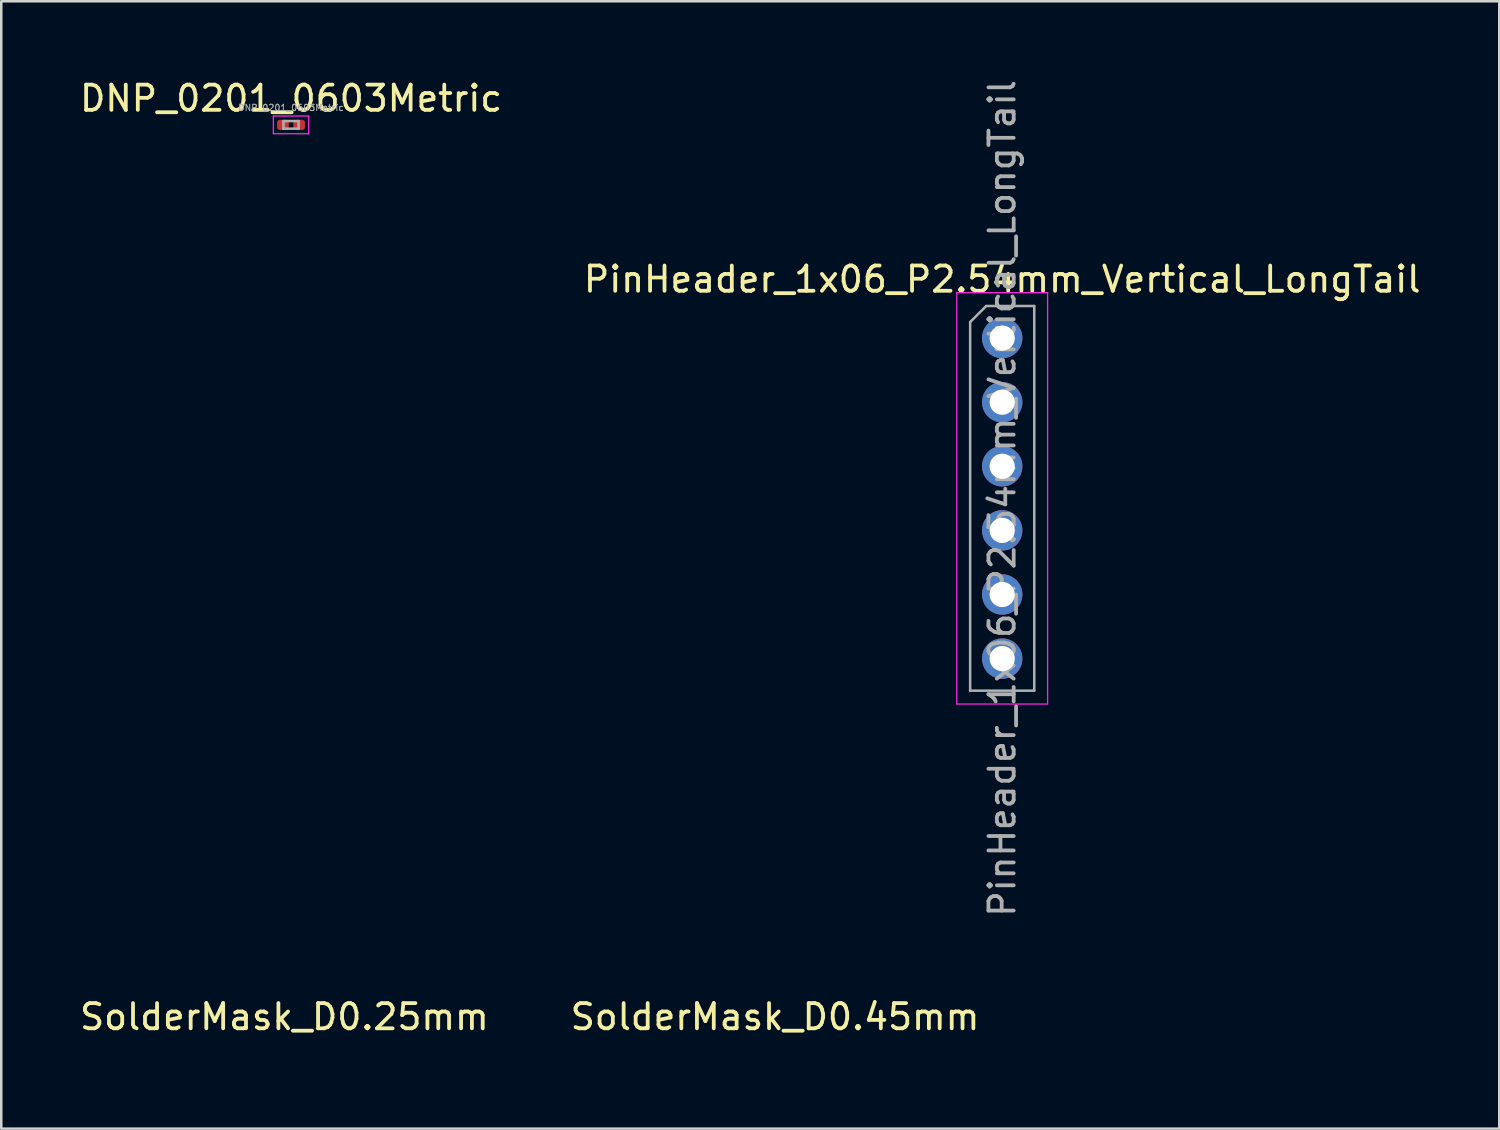
<source format=kicad_pcb>
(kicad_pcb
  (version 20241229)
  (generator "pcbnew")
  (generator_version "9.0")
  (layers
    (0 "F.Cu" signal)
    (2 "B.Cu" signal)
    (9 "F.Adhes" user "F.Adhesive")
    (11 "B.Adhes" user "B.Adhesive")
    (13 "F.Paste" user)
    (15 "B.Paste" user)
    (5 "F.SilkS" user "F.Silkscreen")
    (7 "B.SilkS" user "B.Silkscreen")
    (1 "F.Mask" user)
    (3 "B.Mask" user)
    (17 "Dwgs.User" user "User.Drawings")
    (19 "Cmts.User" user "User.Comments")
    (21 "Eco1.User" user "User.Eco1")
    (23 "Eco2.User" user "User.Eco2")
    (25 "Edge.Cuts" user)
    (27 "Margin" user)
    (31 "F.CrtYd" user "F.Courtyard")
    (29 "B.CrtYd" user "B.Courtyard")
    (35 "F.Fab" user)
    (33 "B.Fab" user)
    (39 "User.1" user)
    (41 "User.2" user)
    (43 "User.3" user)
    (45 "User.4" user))
  (footprint "SolderMask_D0.45mm"
    (layer "F.Cu")
    (at 27.671 38.421)
    (property "Reference" "SolderMask_D0.45mm" (at -0.01 -1.18 0) (layer "F.SilkS") (effects (font (size 1 1) (thickness 0.15))))
    (attr exclude_from_pos_files exclude_from_bom)
    (pad "" smd circle (at 0 0) (size 0.45 0.45) (layers "F.Mask")))
  (footprint "PinHeader_1x06_P2.54mm_Vertical_LongTail"
    (layer "F.Cu")
    (at 36.661 10.346)
    (property "Reference" "PinHeader_1x06_P2.54mm_Vertical_LongTail" (at 0 -2.33 0) (layer "F.SilkS") (effects (font (size 1 1) (thickness 0.15))))
    (attr through_hole)
    (fp_line (start -1.8 -1.8) (end -1.8 14.5) (stroke (width 0.05) (type solid)) (layer "F.CrtYd"))
    (fp_line (start -1.8 14.5) (end 1.8 14.5) (stroke (width 0.05) (type solid)) (layer "F.CrtYd"))
    (fp_line (start 1.8 -1.8) (end -1.8 -1.8) (stroke (width 0.05) (type solid)) (layer "F.CrtYd"))
    (fp_line (start 1.8 14.5) (end 1.8 -1.8) (stroke (width 0.05) (type solid)) (layer "F.CrtYd"))
    (fp_line (start -1.27 -0.635) (end -0.635 -1.27) (stroke (width 0.1) (type solid)) (layer "F.Fab"))
    (fp_line (start -1.27 13.97) (end -1.27 -0.635) (stroke (width 0.1) (type solid)) (layer "F.Fab"))
    (fp_line (start -0.635 -1.27) (end 1.27 -1.27) (stroke (width 0.1) (type solid)) (layer "F.Fab"))
    (fp_line (start 1.27 -1.27) (end 1.27 13.97) (stroke (width 0.1) (type solid)) (layer "F.Fab"))
    (fp_line (start 1.27 13.97) (end -1.27 13.97) (stroke (width 0.1) (type solid)) (layer "F.Fab"))
    (fp_text user "${REFERENCE}" (at 0 6.35 90) (layer "F.Fab") (effects (font (size 1 1) (thickness 0.15))))
    (pad "1" thru_hole circle (at 0 0) (size 1.6 1.6) (drill 1) (layers "*.Cu" "*.Mask"))
    (pad "2" thru_hole circle (at 0 2.54) (size 1.6 1.6) (drill 1) (layers "*.Cu" "*.Mask"))
    (pad "3" thru_hole circle (at 0 5.08) (size 1.6 1.6) (drill 1) (layers "*.Cu" "*.Mask"))
    (pad "4" thru_hole circle (at 0 7.62) (size 1.6 1.6) (drill 1) (layers "*.Cu" "*.Mask"))
    (pad "5" thru_hole circle (at 0 10.16) (size 1.6 1.6) (drill 1) (layers "*.Cu" "*.Mask"))
    (pad "6" thru_hole circle (at 0 12.7) (size 1.6 1.6) (drill 1) (layers "*.Cu" "*.Mask")))
  (footprint "SolderMask_D0.25mm"
    (layer "F.Cu")
    (at 8.23 38.421)
    (property "Reference" "SolderMask_D0.25mm" (at -0.01 -1.18 0) (layer "F.SilkS") (effects (font (size 1 1) (thickness 0.15))))
    (attr exclude_from_pos_files exclude_from_bom)
    (pad "" smd circle (at 0 0) (size 0.25 0.25) (layers "F.Mask")))
  (footprint "DNP_0201_0603Metric"
    (layer "F.Cu")
    (at 8.482 1.898)
    (property "Reference" "DNP_0201_0603Metric" (at 0 -1.05 0) (layer "F.SilkS") (effects (font (size 1 1) (thickness 0.15))))
    (attr smd)
    (fp_line (start -0.7 -0.35) (end 0.7 -0.35) (stroke (width 0.05) (type solid)) (layer "F.CrtYd"))
    (fp_line (start -0.7 0.35) (end -0.7 -0.35) (stroke (width 0.05) (type solid)) (layer "F.CrtYd"))
    (fp_line (start 0.7 -0.35) (end 0.7 0.35) (stroke (width 0.05) (type solid)) (layer "F.CrtYd"))
    (fp_line (start 0.7 0.35) (end -0.7 0.35) (stroke (width 0.05) (type solid)) (layer "F.CrtYd"))
    (fp_line (start -0.3 -0.15) (end 0.3 -0.15) (stroke (width 0.1) (type solid)) (layer "F.Fab"))
    (fp_line (start -0.3 0.15) (end -0.3 -0.15) (stroke (width 0.1) (type solid)) (layer "F.Fab"))
    (fp_line (start 0.3 -0.15) (end 0.3 0.15) (stroke (width 0.1) (type solid)) (layer "F.Fab"))
    (fp_line (start 0.3 0.15) (end -0.3 0.15) (stroke (width 0.1) (type solid)) (layer "F.Fab"))
    (fp_text user "${REFERENCE}" (at 0 -0.68 0) (layer "F.Fab") (effects (font (size 0.25 0.25) (thickness 0.04))))
    (pad "1" smd roundrect (at -0.32 0) (size 0.46 0.4) (layers "F.Cu" "F.Mask") (roundrect_rratio 0.25))
    (pad "2" smd roundrect (at 0.32 0) (size 0.46 0.4) (layers "F.Cu" "F.Mask") (roundrect_rratio 0.25)))
  (gr_rect
    (start -3 -3)
    (end 56.357 41.671)
    (stroke (width 0.1) (type default))
    (fill no)
    (layer "Edge.Cuts")))
</source>
